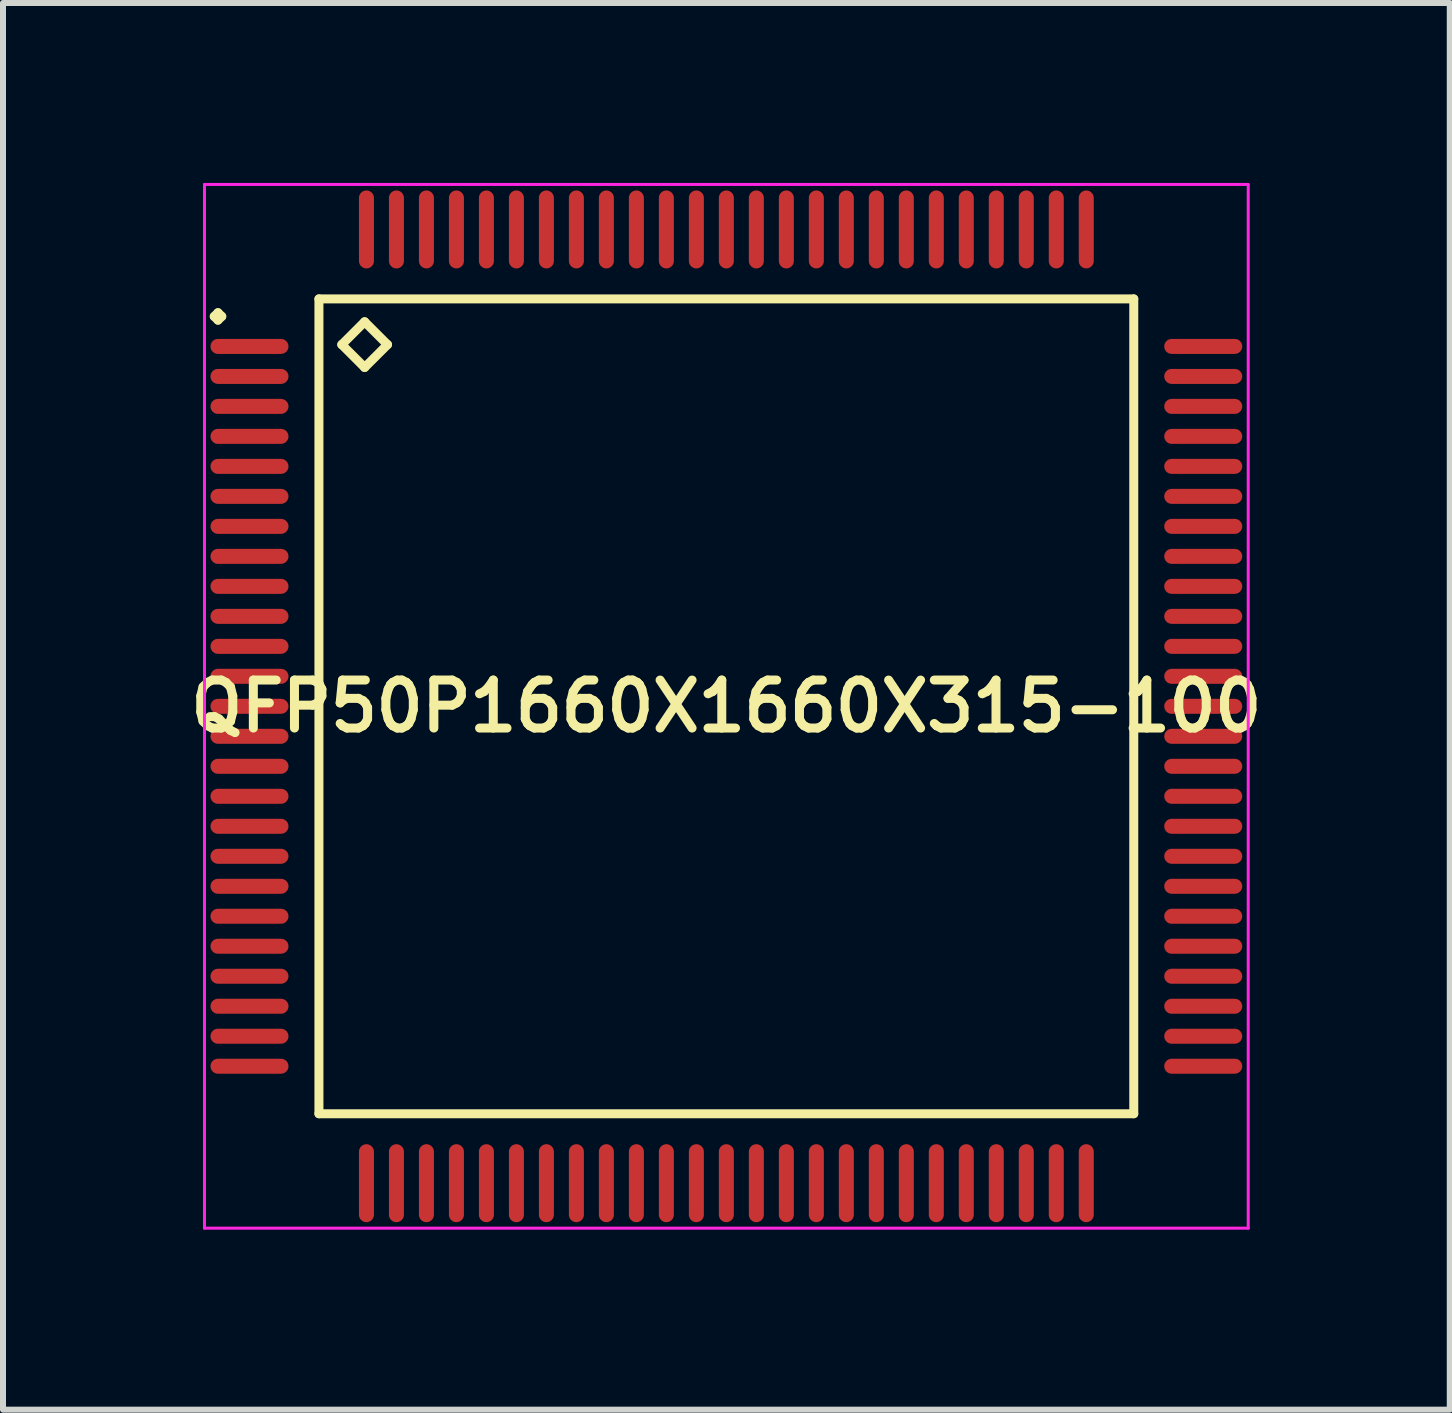
<source format=kicad_pcb>
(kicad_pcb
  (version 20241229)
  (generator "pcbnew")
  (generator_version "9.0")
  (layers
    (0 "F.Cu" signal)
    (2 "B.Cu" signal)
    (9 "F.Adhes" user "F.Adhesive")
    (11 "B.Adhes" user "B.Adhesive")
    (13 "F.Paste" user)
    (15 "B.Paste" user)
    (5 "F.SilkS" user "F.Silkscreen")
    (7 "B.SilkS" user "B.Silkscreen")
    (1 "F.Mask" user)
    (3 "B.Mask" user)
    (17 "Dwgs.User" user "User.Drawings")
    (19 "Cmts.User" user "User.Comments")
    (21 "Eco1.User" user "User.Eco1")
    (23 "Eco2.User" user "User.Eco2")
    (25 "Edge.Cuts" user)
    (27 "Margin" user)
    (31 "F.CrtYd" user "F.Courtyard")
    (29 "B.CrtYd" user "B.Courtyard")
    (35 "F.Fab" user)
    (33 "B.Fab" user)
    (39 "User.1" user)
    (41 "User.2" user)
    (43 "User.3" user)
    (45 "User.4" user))
  (footprint "QFP50P1660X1660X315-100"
    (layer "F.Cu")
    (at 9.059 8.725)
    (property "Reference" "QFP50P1660X1660X315-100" (at 0 0 0) (layer "F.SilkS") (effects (font (size 0.8 0.8) (thickness 0.15))))
    (attr smd)
    (fp_line (start -8.537 -6.5) (end -8.475 -6.562) (stroke (width 0.15) (type solid)) (layer "F.SilkS"))
    (fp_line (start -8.475 -6.562) (end -8.412 -6.5) (stroke (width 0.15) (type solid)) (layer "F.SilkS"))
    (fp_line (start -8.475 -6.438) (end -8.537 -6.5) (stroke (width 0.15) (type solid)) (layer "F.SilkS"))
    (fp_line (start -8.412 -6.5) (end -8.475 -6.438) (stroke (width 0.15) (type solid)) (layer "F.SilkS"))
    (fp_line (start -6.792 -6.792) (end -6.792 6.792) (stroke (width 0.15) (type solid)) (layer "F.SilkS"))
    (fp_line (start -6.792 6.792) (end 6.792 6.792) (stroke (width 0.15) (type solid)) (layer "F.SilkS"))
    (fp_line (start -6.411 -6.03) (end -6.03 -6.411) (stroke (width 0.15) (type solid)) (layer "F.SilkS"))
    (fp_line (start -6.03 -6.411) (end -5.649 -6.03) (stroke (width 0.15) (type solid)) (layer "F.SilkS"))
    (fp_line (start -6.03 -5.649) (end -6.411 -6.03) (stroke (width 0.15) (type solid)) (layer "F.SilkS"))
    (fp_line (start -5.649 -6.03) (end -6.03 -5.649) (stroke (width 0.15) (type solid)) (layer "F.SilkS"))
    (fp_line (start 6.792 -6.792) (end -6.792 -6.792) (stroke (width 0.15) (type solid)) (layer "F.SilkS"))
    (fp_line (start 6.792 6.792) (end 6.792 -6.792) (stroke (width 0.15) (type solid)) (layer "F.SilkS"))
    (fp_line (start -8.7 -8.7) (end 8.7 -8.7) (stroke (width 0.05) (type solid)) (layer "F.CrtYd"))
    (fp_line (start -8.7 8.7) (end -8.7 -8.7) (stroke (width 0.05) (type solid)) (layer "F.CrtYd"))
    (fp_line (start 8.7 -8.7) (end 8.7 8.7) (stroke (width 0.05) (type solid)) (layer "F.CrtYd"))
    (fp_line (start 8.7 8.7) (end -8.7 8.7) (stroke (width 0.05) (type solid)) (layer "F.CrtYd"))
    (pad "1" smd oval (at -7.95 -6) (size 1.3 0.25) (layers "F.Cu" "F.Mask" "F.Paste"))
    (pad "2" smd oval (at -7.95 -5.5) (size 1.3 0.25) (layers "F.Cu" "F.Mask" "F.Paste"))
    (pad "3" smd oval (at -7.95 -5) (size 1.3 0.25) (layers "F.Cu" "F.Mask" "F.Paste"))
    (pad "4" smd oval (at -7.95 -4.5) (size 1.3 0.25) (layers "F.Cu" "F.Mask" "F.Paste"))
    (pad "5" smd oval (at -7.95 -4) (size 1.3 0.25) (layers "F.Cu" "F.Mask" "F.Paste"))
    (pad "6" smd oval (at -7.95 -3.5) (size 1.3 0.25) (layers "F.Cu" "F.Mask" "F.Paste"))
    (pad "7" smd oval (at -7.95 -3) (size 1.3 0.25) (layers "F.Cu" "F.Mask" "F.Paste"))
    (pad "8" smd oval (at -7.95 -2.5) (size 1.3 0.25) (layers "F.Cu" "F.Mask" "F.Paste"))
    (pad "9" smd oval (at -7.95 -2) (size 1.3 0.25) (layers "F.Cu" "F.Mask" "F.Paste"))
    (pad "10" smd oval (at -7.95 -1.5) (size 1.3 0.25) (layers "F.Cu" "F.Mask" "F.Paste"))
    (pad "11" smd oval (at -7.95 -1) (size 1.3 0.25) (layers "F.Cu" "F.Mask" "F.Paste"))
    (pad "12" smd oval (at -7.95 -0.5) (size 1.3 0.25) (layers "F.Cu" "F.Mask" "F.Paste"))
    (pad "13" smd oval (at -7.95 0) (size 1.3 0.25) (layers "F.Cu" "F.Mask" "F.Paste"))
    (pad "14" smd oval (at -7.95 0.5) (size 1.3 0.25) (layers "F.Cu" "F.Mask" "F.Paste"))
    (pad "15" smd oval (at -7.95 1) (size 1.3 0.25) (layers "F.Cu" "F.Mask" "F.Paste"))
    (pad "16" smd oval (at -7.95 1.5) (size 1.3 0.25) (layers "F.Cu" "F.Mask" "F.Paste"))
    (pad "17" smd oval (at -7.95 2) (size 1.3 0.25) (layers "F.Cu" "F.Mask" "F.Paste"))
    (pad "18" smd oval (at -7.95 2.5) (size 1.3 0.25) (layers "F.Cu" "F.Mask" "F.Paste"))
    (pad "19" smd oval (at -7.95 3) (size 1.3 0.25) (layers "F.Cu" "F.Mask" "F.Paste"))
    (pad "20" smd oval (at -7.95 3.5) (size 1.3 0.25) (layers "F.Cu" "F.Mask" "F.Paste"))
    (pad "21" smd oval (at -7.95 4) (size 1.3 0.25) (layers "F.Cu" "F.Mask" "F.Paste"))
    (pad "22" smd oval (at -7.95 4.5) (size 1.3 0.25) (layers "F.Cu" "F.Mask" "F.Paste"))
    (pad "23" smd oval (at -7.95 5) (size 1.3 0.25) (layers "F.Cu" "F.Mask" "F.Paste"))
    (pad "24" smd oval (at -7.95 5.5) (size 1.3 0.25) (layers "F.Cu" "F.Mask" "F.Paste"))
    (pad "25" smd oval (at -7.95 6) (size 1.3 0.25) (layers "F.Cu" "F.Mask" "F.Paste"))
    (pad "26" smd oval (at -6 7.95) (size 0.25 1.3) (layers "F.Cu" "F.Mask" "F.Paste"))
    (pad "27" smd oval (at -5.5 7.95) (size 0.25 1.3) (layers "F.Cu" "F.Mask" "F.Paste"))
    (pad "28" smd oval (at -5 7.95) (size 0.25 1.3) (layers "F.Cu" "F.Mask" "F.Paste"))
    (pad "29" smd oval (at -4.5 7.95) (size 0.25 1.3) (layers "F.Cu" "F.Mask" "F.Paste"))
    (pad "30" smd oval (at -4 7.95) (size 0.25 1.3) (layers "F.Cu" "F.Mask" "F.Paste"))
    (pad "31" smd oval (at -3.5 7.95) (size 0.25 1.3) (layers "F.Cu" "F.Mask" "F.Paste"))
    (pad "32" smd oval (at -3 7.95) (size 0.25 1.3) (layers "F.Cu" "F.Mask" "F.Paste"))
    (pad "33" smd oval (at -2.5 7.95) (size 0.25 1.3) (layers "F.Cu" "F.Mask" "F.Paste"))
    (pad "34" smd oval (at -2 7.95) (size 0.25 1.3) (layers "F.Cu" "F.Mask" "F.Paste"))
    (pad "35" smd oval (at -1.5 7.95) (size 0.25 1.3) (layers "F.Cu" "F.Mask" "F.Paste"))
    (pad "36" smd oval (at -1 7.95) (size 0.25 1.3) (layers "F.Cu" "F.Mask" "F.Paste"))
    (pad "37" smd oval (at -0.5 7.95) (size 0.25 1.3) (layers "F.Cu" "F.Mask" "F.Paste"))
    (pad "38" smd oval (at 0 7.95) (size 0.25 1.3) (layers "F.Cu" "F.Mask" "F.Paste"))
    (pad "39" smd oval (at 0.5 7.95) (size 0.25 1.3) (layers "F.Cu" "F.Mask" "F.Paste"))
    (pad "40" smd oval (at 1 7.95) (size 0.25 1.3) (layers "F.Cu" "F.Mask" "F.Paste"))
    (pad "41" smd oval (at 1.5 7.95) (size 0.25 1.3) (layers "F.Cu" "F.Mask" "F.Paste"))
    (pad "42" smd oval (at 2 7.95) (size 0.25 1.3) (layers "F.Cu" "F.Mask" "F.Paste"))
    (pad "43" smd oval (at 2.5 7.95) (size 0.25 1.3) (layers "F.Cu" "F.Mask" "F.Paste"))
    (pad "44" smd oval (at 3 7.95) (size 0.25 1.3) (layers "F.Cu" "F.Mask" "F.Paste"))
    (pad "45" smd oval (at 3.5 7.95) (size 0.25 1.3) (layers "F.Cu" "F.Mask" "F.Paste"))
    (pad "46" smd oval (at 4 7.95) (size 0.25 1.3) (layers "F.Cu" "F.Mask" "F.Paste"))
    (pad "47" smd oval (at 4.5 7.95) (size 0.25 1.3) (layers "F.Cu" "F.Mask" "F.Paste"))
    (pad "48" smd oval (at 5 7.95) (size 0.25 1.3) (layers "F.Cu" "F.Mask" "F.Paste"))
    (pad "49" smd oval (at 5.5 7.95) (size 0.25 1.3) (layers "F.Cu" "F.Mask" "F.Paste"))
    (pad "50" smd oval (at 6 7.95) (size 0.25 1.3) (layers "F.Cu" "F.Mask" "F.Paste"))
    (pad "51" smd oval (at 7.95 6) (size 1.3 0.25) (layers "F.Cu" "F.Mask" "F.Paste"))
    (pad "52" smd oval (at 7.95 5.5) (size 1.3 0.25) (layers "F.Cu" "F.Mask" "F.Paste"))
    (pad "53" smd oval (at 7.95 5) (size 1.3 0.25) (layers "F.Cu" "F.Mask" "F.Paste"))
    (pad "54" smd oval (at 7.95 4.5) (size 1.3 0.25) (layers "F.Cu" "F.Mask" "F.Paste"))
    (pad "55" smd oval (at 7.95 4) (size 1.3 0.25) (layers "F.Cu" "F.Mask" "F.Paste"))
    (pad "56" smd oval (at 7.95 3.5) (size 1.3 0.25) (layers "F.Cu" "F.Mask" "F.Paste"))
    (pad "57" smd oval (at 7.95 3) (size 1.3 0.25) (layers "F.Cu" "F.Mask" "F.Paste"))
    (pad "58" smd oval (at 7.95 2.5) (size 1.3 0.25) (layers "F.Cu" "F.Mask" "F.Paste"))
    (pad "59" smd oval (at 7.95 2) (size 1.3 0.25) (layers "F.Cu" "F.Mask" "F.Paste"))
    (pad "60" smd oval (at 7.95 1.5) (size 1.3 0.25) (layers "F.Cu" "F.Mask" "F.Paste"))
    (pad "61" smd oval (at 7.95 1) (size 1.3 0.25) (layers "F.Cu" "F.Mask" "F.Paste"))
    (pad "62" smd oval (at 7.95 0.5) (size 1.3 0.25) (layers "F.Cu" "F.Mask" "F.Paste"))
    (pad "63" smd oval (at 7.95 0) (size 1.3 0.25) (layers "F.Cu" "F.Mask" "F.Paste"))
    (pad "64" smd oval (at 7.95 -0.5) (size 1.3 0.25) (layers "F.Cu" "F.Mask" "F.Paste"))
    (pad "65" smd oval (at 7.95 -1) (size 1.3 0.25) (layers "F.Cu" "F.Mask" "F.Paste"))
    (pad "66" smd oval (at 7.95 -1.5) (size 1.3 0.25) (layers "F.Cu" "F.Mask" "F.Paste"))
    (pad "67" smd oval (at 7.95 -2) (size 1.3 0.25) (layers "F.Cu" "F.Mask" "F.Paste"))
    (pad "68" smd oval (at 7.95 -2.5) (size 1.3 0.25) (layers "F.Cu" "F.Mask" "F.Paste"))
    (pad "69" smd oval (at 7.95 -3) (size 1.3 0.25) (layers "F.Cu" "F.Mask" "F.Paste"))
    (pad "70" smd oval (at 7.95 -3.5) (size 1.3 0.25) (layers "F.Cu" "F.Mask" "F.Paste"))
    (pad "71" smd oval (at 7.95 -4) (size 1.3 0.25) (layers "F.Cu" "F.Mask" "F.Paste"))
    (pad "72" smd oval (at 7.95 -4.5) (size 1.3 0.25) (layers "F.Cu" "F.Mask" "F.Paste"))
    (pad "73" smd oval (at 7.95 -5) (size 1.3 0.25) (layers "F.Cu" "F.Mask" "F.Paste"))
    (pad "74" smd oval (at 7.95 -5.5) (size 1.3 0.25) (layers "F.Cu" "F.Mask" "F.Paste"))
    (pad "75" smd oval (at 7.95 -6) (size 1.3 0.25) (layers "F.Cu" "F.Mask" "F.Paste"))
    (pad "76" smd oval (at 6 -7.95) (size 0.25 1.3) (layers "F.Cu" "F.Mask" "F.Paste"))
    (pad "77" smd oval (at 5.5 -7.95) (size 0.25 1.3) (layers "F.Cu" "F.Mask" "F.Paste"))
    (pad "78" smd oval (at 5 -7.95) (size 0.25 1.3) (layers "F.Cu" "F.Mask" "F.Paste"))
    (pad "79" smd oval (at 4.5 -7.95) (size 0.25 1.3) (layers "F.Cu" "F.Mask" "F.Paste"))
    (pad "80" smd oval (at 4 -7.95) (size 0.25 1.3) (layers "F.Cu" "F.Mask" "F.Paste"))
    (pad "81" smd oval (at 3.5 -7.95) (size 0.25 1.3) (layers "F.Cu" "F.Mask" "F.Paste"))
    (pad "82" smd oval (at 3 -7.95) (size 0.25 1.3) (layers "F.Cu" "F.Mask" "F.Paste"))
    (pad "83" smd oval (at 2.5 -7.95) (size 0.25 1.3) (layers "F.Cu" "F.Mask" "F.Paste"))
    (pad "84" smd oval (at 2 -7.95) (size 0.25 1.3) (layers "F.Cu" "F.Mask" "F.Paste"))
    (pad "85" smd oval (at 1.5 -7.95) (size 0.25 1.3) (layers "F.Cu" "F.Mask" "F.Paste"))
    (pad "86" smd oval (at 1 -7.95) (size 0.25 1.3) (layers "F.Cu" "F.Mask" "F.Paste"))
    (pad "87" smd oval (at 0.5 -7.95) (size 0.25 1.3) (layers "F.Cu" "F.Mask" "F.Paste"))
    (pad "88" smd oval (at 0 -7.95) (size 0.25 1.3) (layers "F.Cu" "F.Mask" "F.Paste"))
    (pad "89" smd oval (at -0.5 -7.95) (size 0.25 1.3) (layers "F.Cu" "F.Mask" "F.Paste"))
    (pad "90" smd oval (at -1 -7.95) (size 0.25 1.3) (layers "F.Cu" "F.Mask" "F.Paste"))
    (pad "91" smd oval (at -1.5 -7.95) (size 0.25 1.3) (layers "F.Cu" "F.Mask" "F.Paste"))
    (pad "92" smd oval (at -2 -7.95) (size 0.25 1.3) (layers "F.Cu" "F.Mask" "F.Paste"))
    (pad "93" smd oval (at -2.5 -7.95) (size 0.25 1.3) (layers "F.Cu" "F.Mask" "F.Paste"))
    (pad "94" smd oval (at -3 -7.95) (size 0.25 1.3) (layers "F.Cu" "F.Mask" "F.Paste"))
    (pad "95" smd oval (at -3.5 -7.95) (size 0.25 1.3) (layers "F.Cu" "F.Mask" "F.Paste"))
    (pad "96" smd oval (at -4 -7.95) (size 0.25 1.3) (layers "F.Cu" "F.Mask" "F.Paste"))
    (pad "97" smd oval (at -4.5 -7.95) (size 0.25 1.3) (layers "F.Cu" "F.Mask" "F.Paste"))
    (pad "98" smd oval (at -5 -7.95) (size 0.25 1.3) (layers "F.Cu" "F.Mask" "F.Paste"))
    (pad "99" smd oval (at -5.5 -7.95) (size 0.25 1.3) (layers "F.Cu" "F.Mask" "F.Paste"))
    (pad "100" smd oval (at -6 -7.95) (size 0.25 1.3) (layers "F.Cu" "F.Mask" "F.Paste")))
  (gr_rect
    (start -3 -3)
    (end 21.119 20.45)
    (stroke (width 0.1) (type default))
    (fill no)
    (layer "Edge.Cuts")))
</source>
